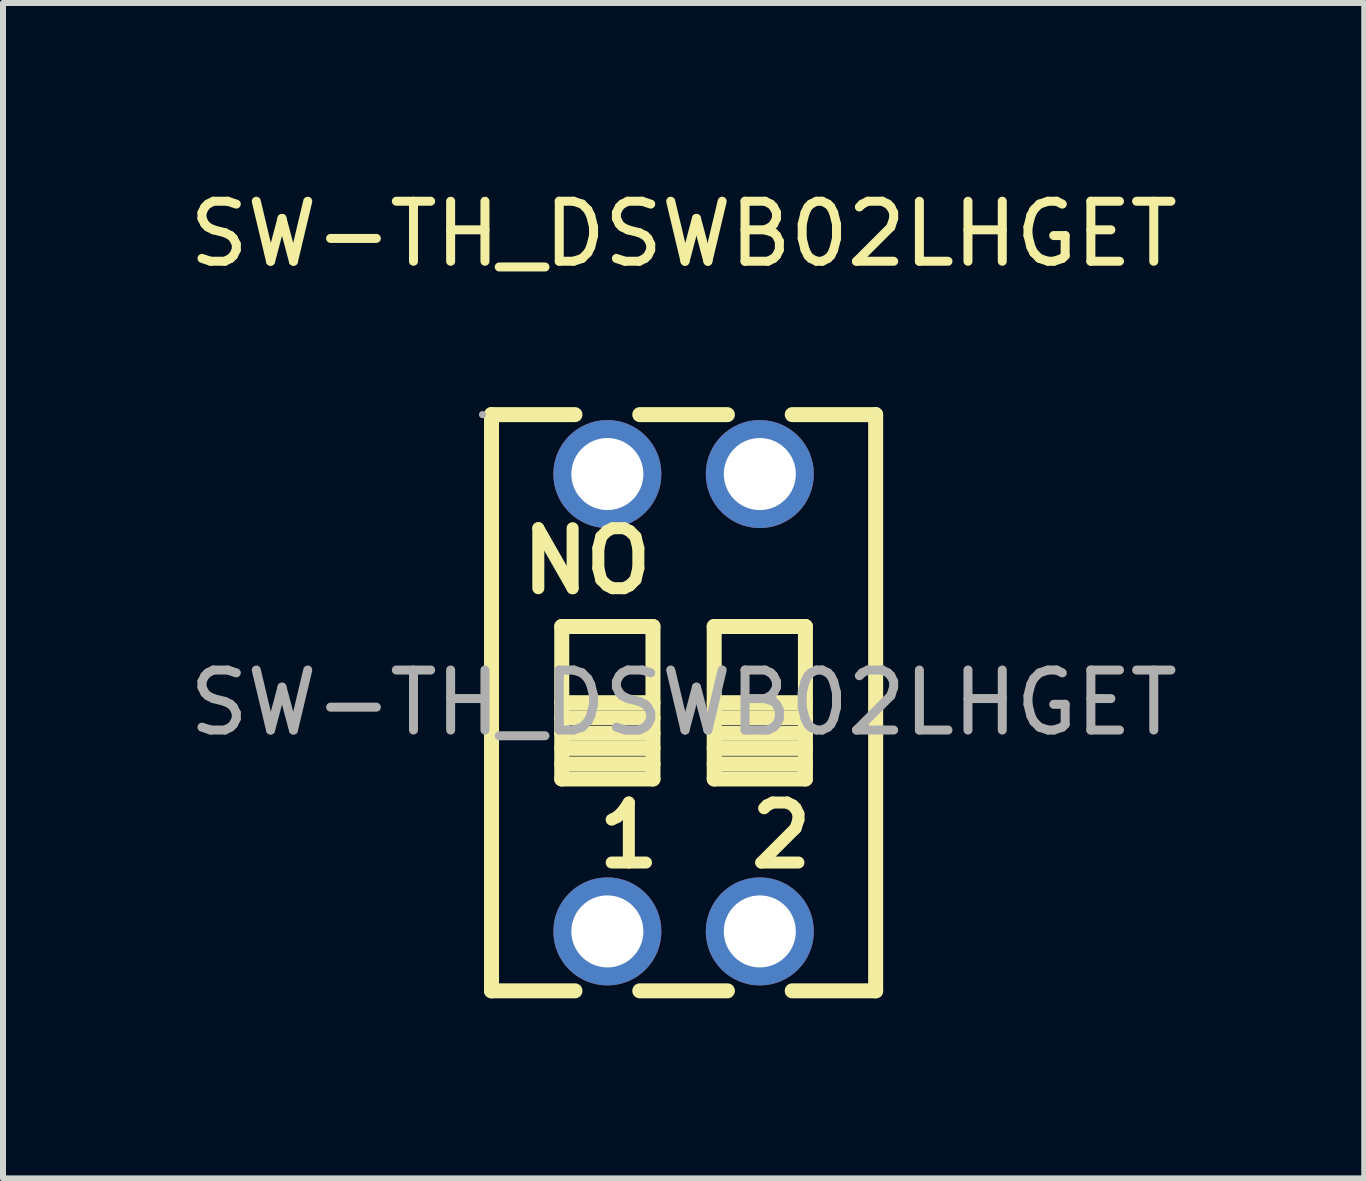
<source format=kicad_pcb>
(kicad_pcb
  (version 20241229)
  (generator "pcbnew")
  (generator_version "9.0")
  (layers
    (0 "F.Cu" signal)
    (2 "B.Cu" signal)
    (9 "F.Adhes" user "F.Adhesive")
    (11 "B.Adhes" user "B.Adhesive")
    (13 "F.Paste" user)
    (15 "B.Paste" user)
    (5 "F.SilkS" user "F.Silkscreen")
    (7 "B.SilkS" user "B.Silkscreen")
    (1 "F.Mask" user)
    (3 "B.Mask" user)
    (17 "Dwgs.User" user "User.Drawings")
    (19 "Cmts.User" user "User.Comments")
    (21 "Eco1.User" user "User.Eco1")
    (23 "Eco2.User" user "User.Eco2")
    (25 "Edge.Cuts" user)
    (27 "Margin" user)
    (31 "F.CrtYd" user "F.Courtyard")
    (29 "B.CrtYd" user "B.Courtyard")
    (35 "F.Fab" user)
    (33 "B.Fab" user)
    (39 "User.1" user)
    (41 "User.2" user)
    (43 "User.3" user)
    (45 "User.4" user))
  (footprint "SW-TH_DSWB02LHGET"
    (layer "F.Cu")
    (at 8.339 8.658)
    (property "Reference" "SW-TH_DSWB02LHGET" (at 0 -7.81 0) (layer "F.SilkS") (effects (font (size 1 1) (thickness 0.15))))
    (attr through_hole)
    (fp_line (start -3.2 -4.8) (end -1.81 -4.8) (stroke (width 0.25) (type solid)) (layer "F.SilkS"))
    (fp_line (start -3.2 4.8) (end -3.2 -4.8) (stroke (width 0.25) (type solid)) (layer "F.SilkS"))
    (fp_line (start -3.2 4.8) (end -1.81 4.8) (stroke (width 0.25) (type solid)) (layer "F.SilkS"))
    (fp_line (start -2.03 -1.27) (end -0.51 -1.27) (stroke (width 0.25) (type solid)) (layer "F.SilkS"))
    (fp_line (start -2.03 0) (end -0.51 0) (stroke (width 0.25) (type solid)) (layer "F.SilkS"))
    (fp_line (start -2.03 0.25) (end -0.51 0.25) (stroke (width 0.25) (type solid)) (layer "F.SilkS"))
    (fp_line (start -2.03 0.51) (end -0.51 0.51) (stroke (width 0.25) (type solid)) (layer "F.SilkS"))
    (fp_line (start -2.03 0.76) (end -0.51 0.76) (stroke (width 0.25) (type solid)) (layer "F.SilkS"))
    (fp_line (start -2.03 1.02) (end -0.51 1.02) (stroke (width 0.25) (type solid)) (layer "F.SilkS"))
    (fp_line (start -2.03 1.27) (end -2.03 -1.27) (stroke (width 0.25) (type solid)) (layer "F.SilkS"))
    (fp_line (start -0.73 -4.8) (end 0.73 -4.8) (stroke (width 0.25) (type solid)) (layer "F.SilkS"))
    (fp_line (start -0.73 4.8) (end 0.73 4.8) (stroke (width 0.25) (type solid)) (layer "F.SilkS"))
    (fp_line (start -0.51 -1.27) (end -0.51 1.27) (stroke (width 0.25) (type solid)) (layer "F.SilkS"))
    (fp_line (start -0.51 1.27) (end -2.03 1.27) (stroke (width 0.25) (type solid)) (layer "F.SilkS"))
    (fp_line (start 0.51 -1.27) (end 2.03 -1.27) (stroke (width 0.25) (type solid)) (layer "F.SilkS"))
    (fp_line (start 0.51 0) (end 2.03 0) (stroke (width 0.25) (type solid)) (layer "F.SilkS"))
    (fp_line (start 0.51 0.25) (end 2.03 0.25) (stroke (width 0.25) (type solid)) (layer "F.SilkS"))
    (fp_line (start 0.51 0.51) (end 2.03 0.51) (stroke (width 0.25) (type solid)) (layer "F.SilkS"))
    (fp_line (start 0.51 0.76) (end 2.03 0.76) (stroke (width 0.25) (type solid)) (layer "F.SilkS"))
    (fp_line (start 0.51 1.02) (end 2.03 1.02) (stroke (width 0.25) (type solid)) (layer "F.SilkS"))
    (fp_line (start 0.51 1.27) (end 0.51 -1.27) (stroke (width 0.25) (type solid)) (layer "F.SilkS"))
    (fp_line (start 1.81 -4.8) (end 3.2 -4.8) (stroke (width 0.25) (type solid)) (layer "F.SilkS"))
    (fp_line (start 1.81 4.8) (end 3.2 4.8) (stroke (width 0.25) (type solid)) (layer "F.SilkS"))
    (fp_line (start 2.03 -1.27) (end 2.03 1.27) (stroke (width 0.25) (type solid)) (layer "F.SilkS"))
    (fp_line (start 2.03 1.27) (end 0.51 1.27) (stroke (width 0.25) (type solid)) (layer "F.SilkS"))
    (fp_line (start 3.2 -4.8) (end 3.2 4.8) (stroke (width 0.25) (type solid)) (layer "F.SilkS"))
    (fp_circle (center -3.35 -4.8) (end -3.32 -4.8) (stroke (width 0.06) (type solid)) (fill no) (layer "F.Fab"))
    (fp_text user "2" (at 1.02 2.21 0) (layer "F.SilkS") (effects (font (size 1 1) (thickness 0.2)) (justify left)))
    (fp_text user "NO" (at -2.79 -2.36 0) (layer "F.SilkS") (effects (font (size 1 1) (thickness 0.2)) (justify left)))
    (fp_text user "1" (at -1.52 2.21 0) (layer "F.SilkS") (effects (font (size 1 1) (thickness 0.2)) (justify left)))
    (fp_text user "${REFERENCE}" (at 0 0 0) (layer "F.Fab") (effects (font (size 1 1) (thickness 0.15))))
    (pad "1" thru_hole circle (at -1.27 -3.81 180) (size 1.8 1.8) (drill 1.2) (layers "*.Cu" "*.Mask"))
    (pad "2" thru_hole circle (at 1.27 -3.81 180) (size 1.8 1.8) (drill 1.2) (layers "*.Cu" "*.Mask"))
    (pad "3" thru_hole circle (at -1.27 3.81 180) (size 1.8 1.8) (drill 1.2) (layers "*.Cu" "*.Mask"))
    (pad "4" thru_hole circle (at 1.27 3.81 180) (size 1.8 1.8) (drill 1.2) (layers "*.Cu" "*.Mask")))
  (gr_rect
    (start -3 -3)
    (end 19.679 16.583)
    (stroke (width 0.1) (type default))
    (fill no)
    (layer "Edge.Cuts")))
</source>
